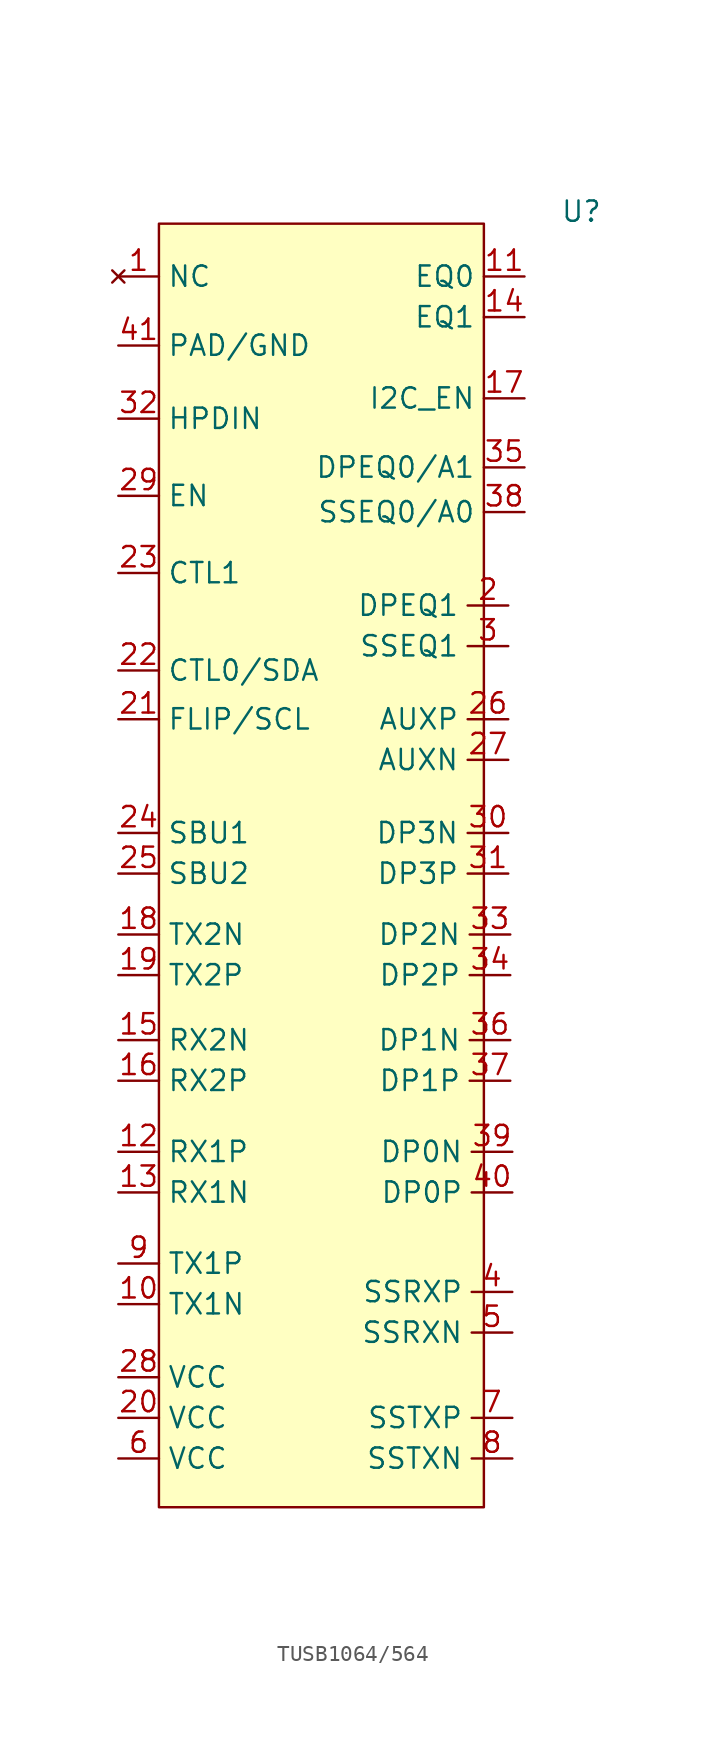
<source format=kicad_sym>
(kicad_symbol_lib
  (version 20220914)
  (generator kicad_symbol_editor)
  (symbol "TUSB1064/564"
    (property "Reference" "U"
      (at 28.956 4.064 0)
      (effects (font (size 1.27 1.27))))
    (property "Value" ""
      (at 24.384 -18.034 0)
      (effects (font (size 1.27 1.27))))
    (symbol "TUSB1064/564_0_0"
      (pin no_connect line (at 0 0 0) (length 2.54) (name "NC" (effects (font (size 1.27 1.27)))) (number "1" (effects (font (size 1.27 1.27)))))
      (pin output line (at 0 -64.262 0) (length 2.54) (name "TX1N" (effects (font (size 1.27 1.27)))) (number "10" (effects (font (size 1.27 1.27)))))
      (pin output line (at 25.4 0 180) (length 2.54) (name "EQ0" (effects (font (size 1.27 1.27)))) (number "11" (effects (font (size 1.27 1.27)))))
      (pin input line (at 0 -54.737 0) (length 2.54) (name "RX1P" (effects (font (size 1.27 1.27)))) (number "12" (effects (font (size 1.27 1.27)))))
      (pin input line (at 0 -57.277 0) (length 2.54) (name "RX1N" (effects (font (size 1.27 1.27)))) (number "13" (effects (font (size 1.27 1.27)))))
      (pin output line (at 25.4 -2.54 180) (length 2.54) (name "EQ1" (effects (font (size 1.27 1.27)))) (number "14" (effects (font (size 1.27 1.27)))))
      (pin input line (at 0 -47.752 0) (length 2.54) (name "RX2N" (effects (font (size 1.27 1.27)))) (number "15" (effects (font (size 1.27 1.27)))))
      (pin input line (at 0 -50.292 0) (length 2.54) (name "RX2P" (effects (font (size 1.27 1.27)))) (number "16" (effects (font (size 1.27 1.27)))))
      (pin output line (at 25.4 -7.62 180) (length 2.54) (name "I2C_EN" (effects (font (size 1.27 1.27)))) (number "17" (effects (font (size 1.27 1.27)))))
      (pin output line (at 0 -41.148 0) (length 2.54) (name "TX2N" (effects (font (size 1.27 1.27)))) (number "18" (effects (font (size 1.27 1.27)))))
      (pin output line (at 0 -43.688 0) (length 2.54) (name "TX2P" (effects (font (size 1.27 1.27)))) (number "19" (effects (font (size 1.27 1.27)))))
      (pin output line (at 24.384 -20.574 180) (length 2.54) (name "DPEQ1" (effects (font (size 1.27 1.27)))) (number "2" (effects (font (size 1.27 1.27)))))
      (pin power_in line (at 0 -71.374 0) (length 2.54) (name "VCC" (effects (font (size 1.27 1.27)))) (number "20" (effects (font (size 1.27 1.27)))))
      (pin output line (at 0 -27.686 0) (length 2.54) (name "FLIP/SCL" (effects (font (size 1.27 1.27)))) (number "21" (effects (font (size 1.27 1.27)))))
      (pin bidirectional line (at 0 -24.638 0) (length 2.54) (name "CTL0/SDA" (effects (font (size 1.27 1.27)))) (number "22" (effects (font (size 1.27 1.27)))))
      (pin output line (at 0 -18.542 0) (length 2.54) (name "CTL1" (effects (font (size 1.27 1.27)))) (number "23" (effects (font (size 1.27 1.27)))))
      (pin bidirectional line (at 0 -34.798 0) (length 2.54) (name "SBU1" (effects (font (size 1.27 1.27)))) (number "24" (effects (font (size 1.27 1.27)))))
      (pin bidirectional line (at 0 -37.338 0) (length 2.54) (name "SBU2" (effects (font (size 1.27 1.27)))) (number "25" (effects (font (size 1.27 1.27)))))
      (pin bidirectional line (at 24.384 -27.686 180) (length 2.54) (name "AUXP" (effects (font (size 1.27 1.27)))) (number "26" (effects (font (size 1.27 1.27)))))
      (pin bidirectional line (at 24.384 -30.226 180) (length 2.54) (name "AUXN" (effects (font (size 1.27 1.27)))) (number "27" (effects (font (size 1.27 1.27)))))
      (pin power_in line (at 0 -68.834 0) (length 2.54) (name "VCC" (effects (font (size 1.27 1.27)))) (number "28" (effects (font (size 1.27 1.27)))))
      (pin input line (at 0 -13.716 0) (length 2.54) (name "EN" (effects (font (size 1.27 1.27)))) (number "29" (effects (font (size 1.27 1.27)))))
      (pin output line (at 24.384 -23.114 180) (length 2.54) (name "SSEQ1" (effects (font (size 1.27 1.27)))) (number "3" (effects (font (size 1.27 1.27)))))
      (pin output line (at 24.384 -34.798 180) (length 2.54) (name "DP3N" (effects (font (size 1.27 1.27)))) (number "30" (effects (font (size 1.27 1.27)))))
      (pin output line (at 24.384 -37.338 180) (length 2.54) (name "DP3P" (effects (font (size 1.27 1.27)))) (number "31" (effects (font (size 1.27 1.27)))))
      (pin output line (at 0 -8.89 0) (length 2.54) (name "HPDIN" (effects (font (size 1.27 1.27)))) (number "32" (effects (font (size 1.27 1.27)))))
      (pin output line (at 24.511 -41.148 180) (length 2.54) (name "DP2N" (effects (font (size 1.27 1.27)))) (number "33" (effects (font (size 1.27 1.27)))))
      (pin output line (at 24.511 -43.688 180) (length 2.54) (name "DP2P" (effects (font (size 1.27 1.27)))) (number "34" (effects (font (size 1.27 1.27)))))
      (pin input line (at 25.4 -11.938 180) (length 2.54) (name "DPEQ0/A1" (effects (font (size 1.27 1.27)))) (number "35" (effects (font (size 1.27 1.27)))))
      (pin output line (at 24.511 -47.752 180) (length 2.54) (name "DP1N" (effects (font (size 1.27 1.27)))) (number "36" (effects (font (size 1.27 1.27)))))
      (pin output line (at 24.511 -50.292 180) (length 2.54) (name "DP1P" (effects (font (size 1.27 1.27)))) (number "37" (effects (font (size 1.27 1.27)))))
      (pin input line (at 25.4 -14.732 180) (length 2.54) (name "SSEQ0/A0" (effects (font (size 1.27 1.27)))) (number "38" (effects (font (size 1.27 1.27)))))
      (pin output line (at 24.638 -54.737 180) (length 2.54) (name "DP0N" (effects (font (size 1.27 1.27)))) (number "39" (effects (font (size 1.27 1.27)))))
      (pin input line (at 24.638 -63.5 180) (length 2.54) (name "SSRXP" (effects (font (size 1.27 1.27)))) (number "4" (effects (font (size 1.27 1.27)))))
      (pin output line (at 24.638 -57.277 180) (length 2.54) (name "DP0P" (effects (font (size 1.27 1.27)))) (number "40" (effects (font (size 1.27 1.27)))))
      (pin power_out line (at 0 -4.318 0) (length 2.54) (name "PAD/GND" (effects (font (size 1.27 1.27)))) (number "41" (effects (font (size 1.27 1.27)))))
      (pin input line (at 24.638 -66.04 180) (length 2.54) (name "SSRXN" (effects (font (size 1.27 1.27)))) (number "5" (effects (font (size 1.27 1.27)))))
      (pin power_in line (at 0 -73.914 0) (length 2.54) (name "VCC" (effects (font (size 1.27 1.27)))) (number "6" (effects (font (size 1.27 1.27)))))
      (pin output line (at 24.638 -71.374 180) (length 2.54) (name "SSTXP" (effects (font (size 1.27 1.27)))) (number "7" (effects (font (size 1.27 1.27)))))
      (pin output line (at 24.638 -73.914 180) (length 2.54) (name "SSTXN" (effects (font (size 1.27 1.27)))) (number "8" (effects (font (size 1.27 1.27)))))
      (pin output line (at 0 -61.722 0) (length 2.54) (name "TX1P" (effects (font (size 1.27 1.27)))) (number "9" (effects (font (size 1.27 1.27))))))
    (symbol "TUSB1064/564_0_1"
      (rectangle (start 2.54 3.302) (end 22.86 -76.962) (stroke (width 0) (type default)) (fill (type background))))))
</source>
